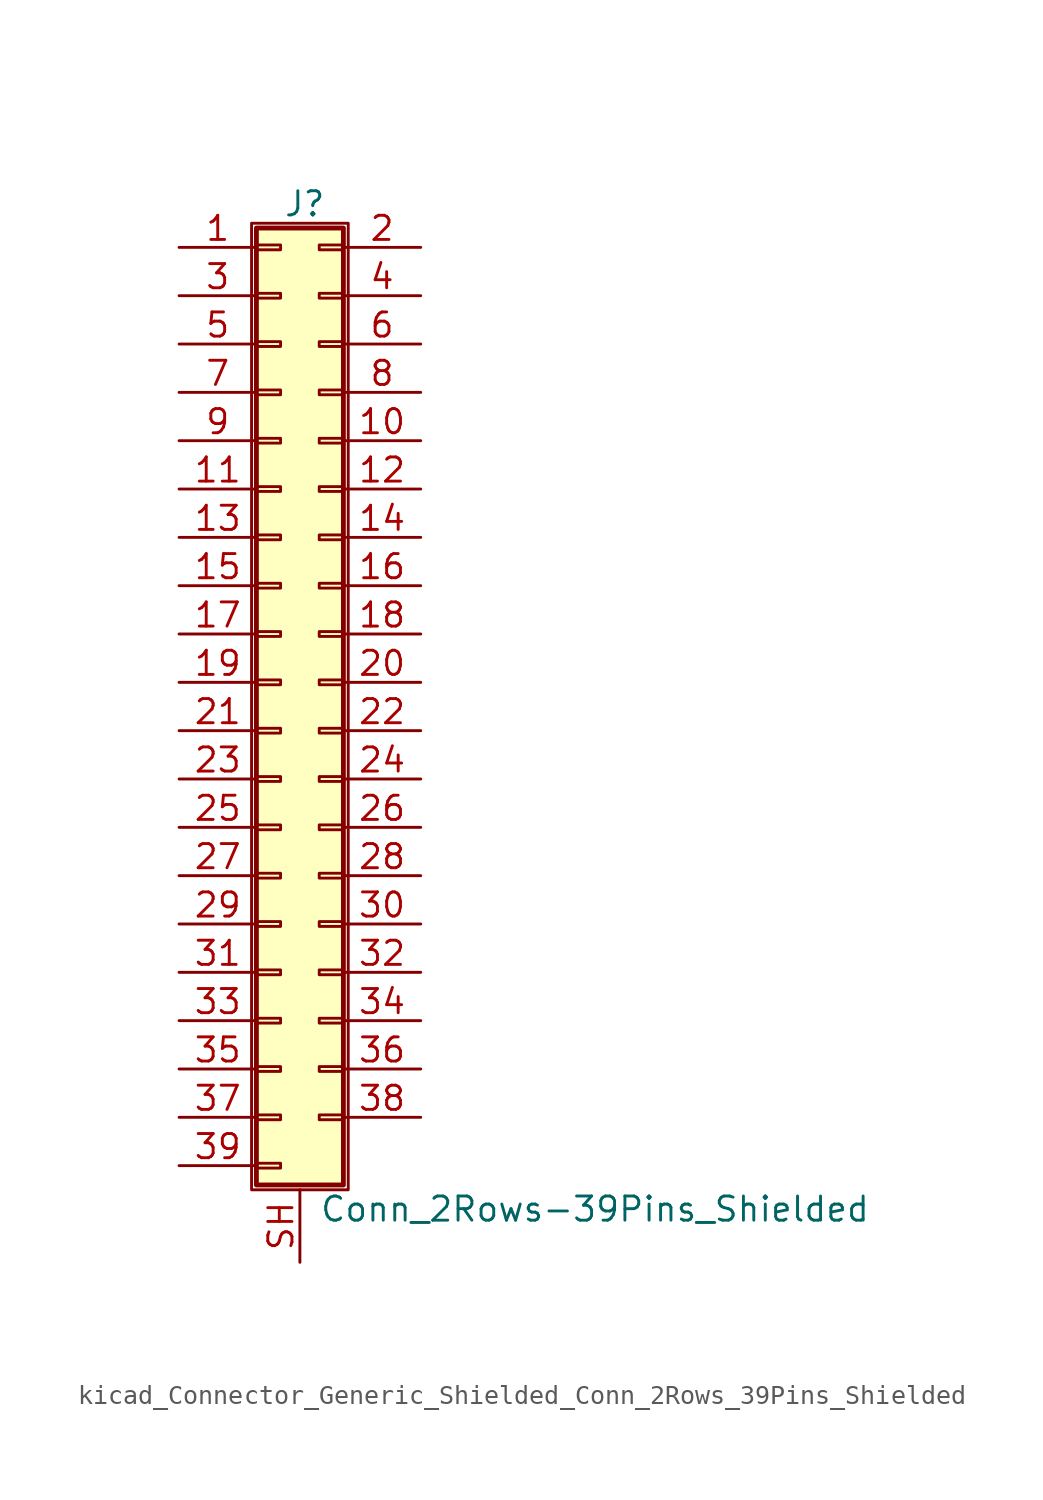
<source format=kicad_sym>
(kicad_symbol_lib
  (version 20220914)
  (generator kicad_symbol_editor)
  (symbol "kicad_Connector_Generic_Shielded_Conn_2Rows_39Pins_Shielded"
    (pin_names
      (offset 1.016) hide)
    (property "Reference" "J"
      (at 1.524 25.146 0)
      (effects (font (size 1.27 1.27))))
    (property "Value" "Conn_2Rows-39Pins_Shielded"
      (at 2.286 -27.686 0)
      (effects (font (size 1.27 1.27)) (justify left)))
    (symbol "kicad_Connector_Generic_Shielded_Conn_2Rows_39Pins_Shielded_1_1"
      (rectangle (start -1.27 24.13) (end 3.81 -26.67) (stroke (width 0.152) (type default)) (fill (type none)))
      (rectangle (start -1.016 -25.273) (end 0.254 -25.527) (stroke (width 0.152) (type default)) (fill (type none)))
      (rectangle (start -1.016 -22.733) (end 0.254 -22.987) (stroke (width 0.152) (type default)) (fill (type none)))
      (rectangle (start -1.016 -20.193) (end 0.254 -20.447) (stroke (width 0.152) (type default)) (fill (type none)))
      (rectangle (start -1.016 -17.653) (end 0.254 -17.907) (stroke (width 0.152) (type default)) (fill (type none)))
      (rectangle (start -1.016 -15.113) (end 0.254 -15.367) (stroke (width 0.152) (type default)) (fill (type none)))
      (rectangle (start -1.016 -12.573) (end 0.254 -12.827) (stroke (width 0.152) (type default)) (fill (type none)))
      (rectangle (start -1.016 -10.033) (end 0.254 -10.287) (stroke (width 0.152) (type default)) (fill (type none)))
      (rectangle (start -1.016 -7.493) (end 0.254 -7.747) (stroke (width 0.152) (type default)) (fill (type none)))
      (rectangle (start -1.016 -4.953) (end 0.254 -5.207) (stroke (width 0.152) (type default)) (fill (type none)))
      (rectangle (start -1.016 -2.413) (end 0.254 -2.667) (stroke (width 0.152) (type default)) (fill (type none)))
      (rectangle (start -1.016 0.127) (end 0.254 -0.127) (stroke (width 0.152) (type default)) (fill (type none)))
      (rectangle (start -1.016 2.667) (end 0.254 2.413) (stroke (width 0.152) (type default)) (fill (type none)))
      (rectangle (start -1.016 5.207) (end 0.254 4.953) (stroke (width 0.152) (type default)) (fill (type none)))
      (rectangle (start -1.016 7.747) (end 0.254 7.493) (stroke (width 0.152) (type default)) (fill (type none)))
      (rectangle (start -1.016 10.287) (end 0.254 10.033) (stroke (width 0.152) (type default)) (fill (type none)))
      (rectangle (start -1.016 12.827) (end 0.254 12.573) (stroke (width 0.152) (type default)) (fill (type none)))
      (rectangle (start -1.016 15.367) (end 0.254 15.113) (stroke (width 0.152) (type default)) (fill (type none)))
      (rectangle (start -1.016 17.907) (end 0.254 17.653) (stroke (width 0.152) (type default)) (fill (type none)))
      (rectangle (start -1.016 20.447) (end 0.254 20.193) (stroke (width 0.152) (type default)) (fill (type none)))
      (rectangle (start -1.016 22.987) (end 0.254 22.733) (stroke (width 0.152) (type default)) (fill (type none)))
      (rectangle (start -1.016 23.876) (end 3.556 -26.416) (stroke (width 0.254) (type default)) (fill (type background)))
      (rectangle (start 3.556 -22.733) (end 2.286 -22.987) (stroke (width 0.152) (type default)) (fill (type none)))
      (rectangle (start 3.556 -20.193) (end 2.286 -20.447) (stroke (width 0.152) (type default)) (fill (type none)))
      (rectangle (start 3.556 -17.653) (end 2.286 -17.907) (stroke (width 0.152) (type default)) (fill (type none)))
      (rectangle (start 3.556 -15.113) (end 2.286 -15.367) (stroke (width 0.152) (type default)) (fill (type none)))
      (rectangle (start 3.556 -12.573) (end 2.286 -12.827) (stroke (width 0.152) (type default)) (fill (type none)))
      (rectangle (start 3.556 -10.033) (end 2.286 -10.287) (stroke (width 0.152) (type default)) (fill (type none)))
      (rectangle (start 3.556 -7.493) (end 2.286 -7.747) (stroke (width 0.152) (type default)) (fill (type none)))
      (rectangle (start 3.556 -4.953) (end 2.286 -5.207) (stroke (width 0.152) (type default)) (fill (type none)))
      (rectangle (start 3.556 -2.413) (end 2.286 -2.667) (stroke (width 0.152) (type default)) (fill (type none)))
      (rectangle (start 3.556 0.127) (end 2.286 -0.127) (stroke (width 0.152) (type default)) (fill (type none)))
      (rectangle (start 3.556 2.667) (end 2.286 2.413) (stroke (width 0.152) (type default)) (fill (type none)))
      (rectangle (start 3.556 5.207) (end 2.286 4.953) (stroke (width 0.152) (type default)) (fill (type none)))
      (rectangle (start 3.556 7.747) (end 2.286 7.493) (stroke (width 0.152) (type default)) (fill (type none)))
      (rectangle (start 3.556 10.287) (end 2.286 10.033) (stroke (width 0.152) (type default)) (fill (type none)))
      (rectangle (start 3.556 12.827) (end 2.286 12.573) (stroke (width 0.152) (type default)) (fill (type none)))
      (rectangle (start 3.556 15.367) (end 2.286 15.113) (stroke (width 0.152) (type default)) (fill (type none)))
      (rectangle (start 3.556 17.907) (end 2.286 17.653) (stroke (width 0.152) (type default)) (fill (type none)))
      (rectangle (start 3.556 20.447) (end 2.286 20.193) (stroke (width 0.152) (type default)) (fill (type none)))
      (rectangle (start 3.556 22.987) (end 2.286 22.733) (stroke (width 0.152) (type default)) (fill (type none)))
      (pin passive line (at -5.08 22.86 0) (length 4.064) (name "Pin_1" (effects (font (size 1.27 1.27)))) (number "1" (effects (font (size 1.27 1.27)))))
      (pin passive line (at 7.62 12.7 180) (length 4.064) (name "Pin_10" (effects (font (size 1.27 1.27)))) (number "10" (effects (font (size 1.27 1.27)))))
      (pin passive line (at -5.08 10.16 0) (length 4.064) (name "Pin_11" (effects (font (size 1.27 1.27)))) (number "11" (effects (font (size 1.27 1.27)))))
      (pin passive line (at 7.62 10.16 180) (length 4.064) (name "Pin_12" (effects (font (size 1.27 1.27)))) (number "12" (effects (font (size 1.27 1.27)))))
      (pin passive line (at -5.08 7.62 0) (length 4.064) (name "Pin_13" (effects (font (size 1.27 1.27)))) (number "13" (effects (font (size 1.27 1.27)))))
      (pin passive line (at 7.62 7.62 180) (length 4.064) (name "Pin_14" (effects (font (size 1.27 1.27)))) (number "14" (effects (font (size 1.27 1.27)))))
      (pin passive line (at -5.08 5.08 0) (length 4.064) (name "Pin_15" (effects (font (size 1.27 1.27)))) (number "15" (effects (font (size 1.27 1.27)))))
      (pin passive line (at 7.62 5.08 180) (length 4.064) (name "Pin_16" (effects (font (size 1.27 1.27)))) (number "16" (effects (font (size 1.27 1.27)))))
      (pin passive line (at -5.08 2.54 0) (length 4.064) (name "Pin_17" (effects (font (size 1.27 1.27)))) (number "17" (effects (font (size 1.27 1.27)))))
      (pin passive line (at 7.62 2.54 180) (length 4.064) (name "Pin_18" (effects (font (size 1.27 1.27)))) (number "18" (effects (font (size 1.27 1.27)))))
      (pin passive line (at -5.08 0 0) (length 4.064) (name "Pin_19" (effects (font (size 1.27 1.27)))) (number "19" (effects (font (size 1.27 1.27)))))
      (pin passive line (at 7.62 22.86 180) (length 4.064) (name "Pin_2" (effects (font (size 1.27 1.27)))) (number "2" (effects (font (size 1.27 1.27)))))
      (pin passive line (at 7.62 0 180) (length 4.064) (name "Pin_20" (effects (font (size 1.27 1.27)))) (number "20" (effects (font (size 1.27 1.27)))))
      (pin passive line (at -5.08 -2.54 0) (length 4.064) (name "Pin_21" (effects (font (size 1.27 1.27)))) (number "21" (effects (font (size 1.27 1.27)))))
      (pin passive line (at 7.62 -2.54 180) (length 4.064) (name "Pin_22" (effects (font (size 1.27 1.27)))) (number "22" (effects (font (size 1.27 1.27)))))
      (pin passive line (at -5.08 -5.08 0) (length 4.064) (name "Pin_23" (effects (font (size 1.27 1.27)))) (number "23" (effects (font (size 1.27 1.27)))))
      (pin passive line (at 7.62 -5.08 180) (length 4.064) (name "Pin_24" (effects (font (size 1.27 1.27)))) (number "24" (effects (font (size 1.27 1.27)))))
      (pin passive line (at -5.08 -7.62 0) (length 4.064) (name "Pin_25" (effects (font (size 1.27 1.27)))) (number "25" (effects (font (size 1.27 1.27)))))
      (pin passive line (at 7.62 -7.62 180) (length 4.064) (name "Pin_26" (effects (font (size 1.27 1.27)))) (number "26" (effects (font (size 1.27 1.27)))))
      (pin passive line (at -5.08 -10.16 0) (length 4.064) (name "Pin_27" (effects (font (size 1.27 1.27)))) (number "27" (effects (font (size 1.27 1.27)))))
      (pin passive line (at 7.62 -10.16 180) (length 4.064) (name "Pin_28" (effects (font (size 1.27 1.27)))) (number "28" (effects (font (size 1.27 1.27)))))
      (pin passive line (at -5.08 -12.7 0) (length 4.064) (name "Pin_29" (effects (font (size 1.27 1.27)))) (number "29" (effects (font (size 1.27 1.27)))))
      (pin passive line (at -5.08 20.32 0) (length 4.064) (name "Pin_3" (effects (font (size 1.27 1.27)))) (number "3" (effects (font (size 1.27 1.27)))))
      (pin passive line (at 7.62 -12.7 180) (length 4.064) (name "Pin_30" (effects (font (size 1.27 1.27)))) (number "30" (effects (font (size 1.27 1.27)))))
      (pin passive line (at -5.08 -15.24 0) (length 4.064) (name "Pin_31" (effects (font (size 1.27 1.27)))) (number "31" (effects (font (size 1.27 1.27)))))
      (pin passive line (at 7.62 -15.24 180) (length 4.064) (name "Pin_32" (effects (font (size 1.27 1.27)))) (number "32" (effects (font (size 1.27 1.27)))))
      (pin passive line (at -5.08 -17.78 0) (length 4.064) (name "Pin_33" (effects (font (size 1.27 1.27)))) (number "33" (effects (font (size 1.27 1.27)))))
      (pin passive line (at 7.62 -17.78 180) (length 4.064) (name "Pin_34" (effects (font (size 1.27 1.27)))) (number "34" (effects (font (size 1.27 1.27)))))
      (pin passive line (at -5.08 -20.32 0) (length 4.064) (name "Pin_35" (effects (font (size 1.27 1.27)))) (number "35" (effects (font (size 1.27 1.27)))))
      (pin passive line (at 7.62 -20.32 180) (length 4.064) (name "Pin_36" (effects (font (size 1.27 1.27)))) (number "36" (effects (font (size 1.27 1.27)))))
      (pin passive line (at -5.08 -22.86 0) (length 4.064) (name "Pin_37" (effects (font (size 1.27 1.27)))) (number "37" (effects (font (size 1.27 1.27)))))
      (pin passive line (at 7.62 -22.86 180) (length 4.064) (name "Pin_38" (effects (font (size 1.27 1.27)))) (number "38" (effects (font (size 1.27 1.27)))))
      (pin passive line (at -5.08 -25.4 0) (length 4.064) (name "Pin_39" (effects (font (size 1.27 1.27)))) (number "39" (effects (font (size 1.27 1.27)))))
      (pin passive line (at 7.62 20.32 180) (length 4.064) (name "Pin_4" (effects (font (size 1.27 1.27)))) (number "4" (effects (font (size 1.27 1.27)))))
      (pin passive line (at -5.08 17.78 0) (length 4.064) (name "Pin_5" (effects (font (size 1.27 1.27)))) (number "5" (effects (font (size 1.27 1.27)))))
      (pin passive line (at 7.62 17.78 180) (length 4.064) (name "Pin_6" (effects (font (size 1.27 1.27)))) (number "6" (effects (font (size 1.27 1.27)))))
      (pin passive line (at -5.08 15.24 0) (length 4.064) (name "Pin_7" (effects (font (size 1.27 1.27)))) (number "7" (effects (font (size 1.27 1.27)))))
      (pin passive line (at 7.62 15.24 180) (length 4.064) (name "Pin_8" (effects (font (size 1.27 1.27)))) (number "8" (effects (font (size 1.27 1.27)))))
      (pin passive line (at -5.08 12.7 0) (length 4.064) (name "Pin_9" (effects (font (size 1.27 1.27)))) (number "9" (effects (font (size 1.27 1.27)))))
      (pin passive line (at 1.27 -30.48 90) (length 3.81) (name "Shield" (effects (font (size 1.27 1.27)))) (number "SH" (effects (font (size 1.27 1.27))))))))
</source>
